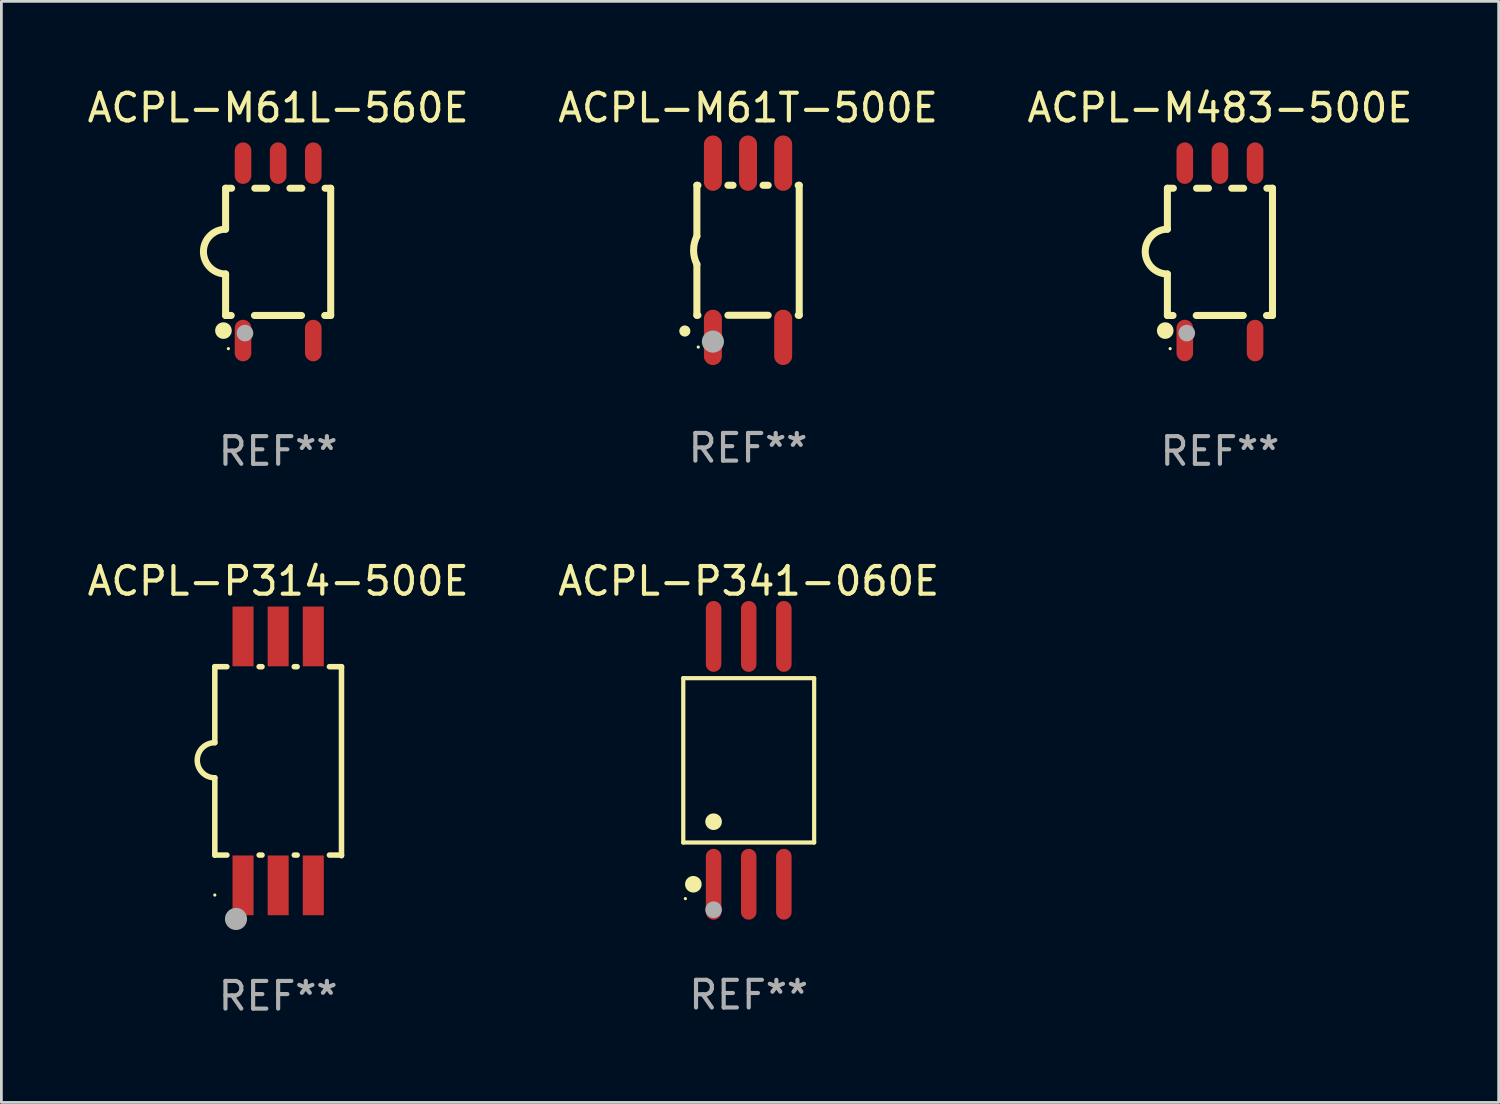
<source format=kicad_pcb>
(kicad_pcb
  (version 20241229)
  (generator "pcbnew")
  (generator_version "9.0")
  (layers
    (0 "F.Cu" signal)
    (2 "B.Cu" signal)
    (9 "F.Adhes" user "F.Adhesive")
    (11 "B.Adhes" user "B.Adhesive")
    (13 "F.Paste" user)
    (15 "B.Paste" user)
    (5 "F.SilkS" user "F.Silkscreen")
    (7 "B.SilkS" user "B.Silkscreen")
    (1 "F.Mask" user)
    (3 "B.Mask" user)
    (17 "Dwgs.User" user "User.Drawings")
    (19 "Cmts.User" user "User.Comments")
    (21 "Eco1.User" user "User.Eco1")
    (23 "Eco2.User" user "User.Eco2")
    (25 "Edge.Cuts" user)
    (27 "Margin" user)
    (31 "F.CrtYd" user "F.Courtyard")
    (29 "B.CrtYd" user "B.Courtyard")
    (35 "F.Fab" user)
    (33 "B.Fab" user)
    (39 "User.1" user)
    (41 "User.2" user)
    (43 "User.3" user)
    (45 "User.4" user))
  (footprint "ACPL-M483-500E"
    (layer "F.Cu")
    (at 41.054 6.055)
    (property "Reference" "ACPL-M483-500E" (at 0 -5.207 0) (layer "F.SilkS") (effects (font (size 1 1) (thickness 0.15))))
    (attr through_hole)
    (fp_line (start -1.9 -2.3) (end -1.9 -0.819) (stroke (width 0.254) (type solid)) (layer "F.SilkS"))
    (fp_line (start -1.9 -2.3) (end -1.683 -2.3) (stroke (width 0.254) (type solid)) (layer "F.SilkS"))
    (fp_line (start -1.9 0.801) (end -1.9 2.3) (stroke (width 0.254) (type solid)) (layer "F.SilkS"))
    (fp_line (start -1.9 2.3) (end -1.696 2.3) (stroke (width 0.254) (type solid)) (layer "F.SilkS"))
    (fp_line (start -0.857 2.3) (end 0.845 2.3) (stroke (width 0.254) (type solid)) (layer "F.SilkS"))
    (fp_line (start -0.845 -2.3) (end -0.413 -2.3) (stroke (width 0.254) (type solid)) (layer "F.SilkS"))
    (fp_line (start 0.425 -2.3) (end 0.857 -2.3) (stroke (width 0.254) (type solid)) (layer "F.SilkS"))
    (fp_line (start 1.683 2.3) (end 1.9 2.3) (stroke (width 0.254) (type solid)) (layer "F.SilkS"))
    (fp_line (start 1.696 -2.3) (end 1.9 -2.3) (stroke (width 0.254) (type solid)) (layer "F.SilkS"))
    (fp_line (start 1.9 -2.3) (end 1.9 2.3) (stroke (width 0.254) (type solid)) (layer "F.SilkS"))
    (fp_arc (start -1.9 0.801118) (mid -2.709805 -0.008801) (end -1.899924 -0.818644) (stroke (width 0.254001) (type solid)) (layer "F.SilkS"))
    (fp_circle (center -1.978 2.847) (end -1.828 2.847) (stroke (width 0.3) (type solid)) (fill no) (layer "F.SilkS"))
    (fp_circle (center -1.8 3.5) (end -1.77 3.5) (stroke (width 0.06) (type solid)) (fill no) (layer "F.SilkS"))
    (fp_circle (center -1.199 2.937) (end -1.049 2.937) (stroke (width 0.3) (type solid)) (fill no) (layer "F.Fab"))
    (fp_text user "REF**" (at 0 7.207 0) (layer "F.Fab") (effects (font (size 1 1) (thickness 0.15))))
    (pad "1" smd oval (at -1.27 3.206 90) (size 1.5 0.6) (layers "F.Cu" "F.Mask" "F.Paste"))
    (pad "3" smd oval (at 1.27 3.207 90) (size 1.5 0.6) (layers "F.Cu" "F.Mask" "F.Paste"))
    (pad "4" smd oval (at 1.27 -3.206 90) (size 1.5 0.6) (layers "F.Cu" "F.Mask" "F.Paste"))
    (pad "5" smd oval (at 0 -3.207 90) (size 1.5 0.6) (layers "F.Cu" "F.Mask" "F.Paste"))
    (pad "6" smd oval (at -1.27 -3.207 90) (size 1.5 0.6) (layers "F.Cu" "F.Mask" "F.Paste")))
  (footprint "ACPL-M61L-560E"
    (layer "F.Cu")
    (at 7.006 6.055)
    (property "Reference" "ACPL-M61L-560E" (at 0 -5.207 0) (layer "F.SilkS") (effects (font (size 1 1) (thickness 0.15))))
    (attr through_hole)
    (fp_line (start -1.9 -2.3) (end -1.9 -0.819) (stroke (width 0.254) (type solid)) (layer "F.SilkS"))
    (fp_line (start -1.9 -2.3) (end -1.683 -2.3) (stroke (width 0.254) (type solid)) (layer "F.SilkS"))
    (fp_line (start -1.9 0.801) (end -1.9 2.3) (stroke (width 0.254) (type solid)) (layer "F.SilkS"))
    (fp_line (start -1.9 2.3) (end -1.696 2.3) (stroke (width 0.254) (type solid)) (layer "F.SilkS"))
    (fp_line (start -0.857 2.3) (end 0.845 2.3) (stroke (width 0.254) (type solid)) (layer "F.SilkS"))
    (fp_line (start -0.845 -2.3) (end -0.413 -2.3) (stroke (width 0.254) (type solid)) (layer "F.SilkS"))
    (fp_line (start 0.425 -2.3) (end 0.857 -2.3) (stroke (width 0.254) (type solid)) (layer "F.SilkS"))
    (fp_line (start 1.683 2.3) (end 1.9 2.3) (stroke (width 0.254) (type solid)) (layer "F.SilkS"))
    (fp_line (start 1.696 -2.3) (end 1.9 -2.3) (stroke (width 0.254) (type solid)) (layer "F.SilkS"))
    (fp_line (start 1.9 -2.3) (end 1.9 2.3) (stroke (width 0.254) (type solid)) (layer "F.SilkS"))
    (fp_arc (start -1.9 0.801118) (mid -2.709805 -0.008801) (end -1.899924 -0.818644) (stroke (width 0.254001) (type solid)) (layer "F.SilkS"))
    (fp_circle (center -1.978 2.847) (end -1.828 2.847) (stroke (width 0.3) (type solid)) (fill no) (layer "F.SilkS"))
    (fp_circle (center -1.8 3.5) (end -1.77 3.5) (stroke (width 0.06) (type solid)) (fill no) (layer "F.SilkS"))
    (fp_circle (center -1.199 2.937) (end -1.049 2.937) (stroke (width 0.3) (type solid)) (fill no) (layer "F.Fab"))
    (fp_text user "REF**" (at 0 7.207 0) (layer "F.Fab") (effects (font (size 1 1) (thickness 0.15))))
    (pad "1" smd oval (at -1.27 3.206 90) (size 1.5 0.6) (layers "F.Cu" "F.Mask" "F.Paste"))
    (pad "3" smd oval (at 1.27 3.207 90) (size 1.5 0.6) (layers "F.Cu" "F.Mask" "F.Paste"))
    (pad "4" smd oval (at 1.27 -3.206 90) (size 1.5 0.6) (layers "F.Cu" "F.Mask" "F.Paste"))
    (pad "5" smd oval (at 0 -3.207 90) (size 1.5 0.6) (layers "F.Cu" "F.Mask" "F.Paste"))
    (pad "6" smd oval (at -1.27 -3.207 90) (size 1.5 0.6) (layers "F.Cu" "F.Mask" "F.Paste")))
  (footprint "ACPL-M61T-500E"
    (layer "F.Cu")
    (at 23.994 5.998)
    (property "Reference" "ACPL-M61T-500E" (at 0 -5.15 0) (layer "F.SilkS") (effects (font (size 1 1) (thickness 0.15))))
    (attr through_hole)
    (fp_line (start -1.85 -2.35) (end -1.85 -0.508) (stroke (width 0.254) (type solid)) (layer "F.SilkS"))
    (fp_line (start -1.85 -2.35) (end -1.812 -2.35) (stroke (width 0.254) (type solid)) (layer "F.SilkS"))
    (fp_line (start -1.85 2.35) (end -1.85 0.508) (stroke (width 0.254) (type solid)) (layer "F.SilkS"))
    (fp_line (start -1.812 2.35) (end -1.85 2.35) (stroke (width 0.254) (type solid)) (layer "F.SilkS"))
    (fp_line (start -0.728 -2.35) (end -0.542 -2.35) (stroke (width 0.254) (type solid)) (layer "F.SilkS"))
    (fp_line (start 0.542 -2.35) (end 0.728 -2.35) (stroke (width 0.254) (type solid)) (layer "F.SilkS"))
    (fp_line (start 0.728 2.35) (end -0.728 2.35) (stroke (width 0.254) (type solid)) (layer "F.SilkS"))
    (fp_line (start 1.812 -2.35) (end 1.85 -2.35) (stroke (width 0.254) (type solid)) (layer "F.SilkS"))
    (fp_line (start 1.85 -2.35) (end 1.85 2.35) (stroke (width 0.254) (type solid)) (layer "F.SilkS"))
    (fp_line (start 1.85 2.35) (end 1.812 2.35) (stroke (width 0.254) (type solid)) (layer "F.SilkS"))
    (fp_arc (start -2.286005 2.921006) (mid -2.28601 2.919736) (end -2.286005 2.918466) (stroke (width 0.4) (type solid)) (layer "F.SilkS"))
    (fp_arc (start -1.849123 0.507747) (mid -1.969311 -0.000025) (end -1.849987 -0.508001) (stroke (width 0.254001) (type solid)) (layer "F.SilkS"))
    (fp_circle (center -1.8 3.5) (end -1.77 3.5) (stroke (width 0.06) (type solid)) (fill no) (layer "F.SilkS"))
    (fp_circle (center -1.27 3.302) (end -1.07 3.302) (stroke (width 0.4) (type solid)) (fill no) (layer "F.Fab"))
    (fp_text user "REF**" (at 0 7.15 0) (layer "F.Fab") (effects (font (size 1 1) (thickness 0.15))))
    (pad "1" smd oval (at -1.27 3.15 180) (size 0.65 2) (layers "F.Cu" "F.Mask" "F.Paste"))
    (pad "3" smd oval (at 1.27 3.149 180) (size 0.65 2) (layers "F.Cu" "F.Mask" "F.Paste"))
    (pad "4" smd oval (at 1.27 -3.15 180) (size 0.65 2) (layers "F.Cu" "F.Mask" "F.Paste"))
    (pad "5" smd oval (at 0 -3.15 180) (size 0.65 2) (layers "F.Cu" "F.Mask" "F.Paste"))
    (pad "6" smd oval (at -1.27 -3.15 180) (size 0.65 2) (layers "F.Cu" "F.Mask" "F.Paste")))
  (footprint "ACPL-P314-500E"
    (layer "F.Cu")
    (at 7.006 24.458)
    (property "Reference" "ACPL-P314-500E" (at 0 -6.5 0) (layer "F.SilkS") (effects (font (size 1 1) (thickness 0.15))))
    (attr through_hole)
    (fp_line (start -2.29 -3.405) (end -1.854 -3.405) (stroke (width 0.2) (type solid)) (layer "F.SilkS"))
    (fp_line (start -2.29 -0.659) (end -2.29 -3.405) (stroke (width 0.2) (type solid)) (layer "F.SilkS"))
    (fp_line (start -2.29 0.611) (end -2.29 3.405) (stroke (width 0.2) (type solid)) (layer "F.SilkS"))
    (fp_line (start -2.29 3.405) (end -1.853 3.405) (stroke (width 0.2) (type solid)) (layer "F.SilkS"))
    (fp_line (start -0.687 -3.405) (end -0.584 -3.405) (stroke (width 0.2) (type solid)) (layer "F.SilkS"))
    (fp_line (start -0.686 3.405) (end -0.583 3.405) (stroke (width 0.2) (type solid)) (layer "F.SilkS"))
    (fp_line (start 0.583 -3.405) (end 0.686 -3.405) (stroke (width 0.2) (type solid)) (layer "F.SilkS"))
    (fp_line (start 0.584 3.405) (end 0.687 3.405) (stroke (width 0.2) (type solid)) (layer "F.SilkS"))
    (fp_line (start 1.853 -3.405) (end 2.29 -3.405) (stroke (width 0.2) (type solid)) (layer "F.SilkS"))
    (fp_line (start 1.854 3.405) (end 2.29 3.405) (stroke (width 0.2) (type solid)) (layer "F.SilkS"))
    (fp_line (start 2.29 -3.405) (end 2.29 3.429) (stroke (width 0.2) (type solid)) (layer "F.SilkS"))
    (fp_arc (start -2.289916 0.611125) (mid -2.924917 -0.023876) (end -2.289916 -0.658877) (stroke (width 0.199898) (type solid)) (layer "F.SilkS"))
    (fp_circle (center -2.29 4.85) (end -2.26 4.85) (stroke (width 0.06) (type solid)) (fill no) (layer "F.SilkS"))
    (fp_circle (center -1.524 5.715) (end -1.324 5.715) (stroke (width 0.4) (type solid)) (fill no) (layer "F.Fab"))
    (fp_text user "REF**" (at 0 8.5 0) (layer "F.Fab") (effects (font (size 1 1) (thickness 0.15))))
    (pad "1" smd rect (at -1.27 4.5 90) (size 2.16 0.76) (layers "F.Cu" "F.Mask" "F.Paste"))
    (pad "2" smd rect (at 0.000152 4.5 90) (size 2.16 0.76) (layers "F.Cu" "F.Mask" "F.Paste"))
    (pad "3" smd rect (at 1.27 4.5 90) (size 2.16 0.76) (layers "F.Cu" "F.Mask" "F.Paste"))
    (pad "4" smd rect (at 1.27 -4.5 90) (size 2.16 0.76) (layers "F.Cu" "F.Mask" "F.Paste"))
    (pad "5" smd rect (at 0.000152 -4.5 90) (size 2.16 0.76) (layers "F.Cu" "F.Mask" "F.Paste"))
    (pad "6" smd rect (at -1.27 -4.5 90) (size 2.16 0.76) (layers "F.Cu" "F.Mask" "F.Paste")))
  (footprint "ACPL-P341-060E"
    (layer "F.Cu")
    (at 24.018 24.438)
    (property "Reference" "ACPL-P341-060E" (at 0 -6.48 0) (layer "F.SilkS") (effects (font (size 1 1) (thickness 0.15))))
    (attr through_hole)
    (fp_line (start -2.366 -2.971) (end 2.366 -2.971) (stroke (width 0.152) (type solid)) (layer "F.SilkS"))
    (fp_line (start -2.366 2.971) (end -2.366 -2.971) (stroke (width 0.152) (type solid)) (layer "F.SilkS"))
    (fp_line (start 2.366 -2.971) (end 2.366 2.971) (stroke (width 0.152) (type solid)) (layer "F.SilkS"))
    (fp_line (start 2.366 2.971) (end -2.366 2.971) (stroke (width 0.152) (type solid)) (layer "F.SilkS"))
    (fp_circle (center -2.29 5) (end -2.26 5) (stroke (width 0.06) (type solid)) (fill no) (layer "F.SilkS"))
    (fp_circle (center -2.002 4.48) (end -1.852 4.48) (stroke (width 0.3) (type solid)) (fill no) (layer "F.SilkS"))
    (fp_circle (center -1.27 2.219) (end -1.12 2.219) (stroke (width 0.3) (type solid)) (fill no) (layer "F.SilkS"))
    (fp_circle (center -1.27 5.4) (end -1.12 5.4) (stroke (width 0.3) (type solid)) (fill no) (layer "F.Fab"))
    (fp_text user "REF**" (at 0 8.48 0) (layer "F.Fab") (effects (font (size 1 1) (thickness 0.15))))
    (pad "1" smd oval (at -1.27 4.48) (size 0.56 2.56) (layers "F.Cu" "F.Mask" "F.Paste"))
    (pad "2" smd oval (at 0 4.48) (size 0.56 2.56) (layers "F.Cu" "F.Mask" "F.Paste"))
    (pad "3" smd oval (at 1.27 4.48) (size 0.56 2.56) (layers "F.Cu" "F.Mask" "F.Paste"))
    (pad "4" smd oval (at 1.27 -4.48) (size 0.56 2.56) (layers "F.Cu" "F.Mask" "F.Paste"))
    (pad "5" smd oval (at 0 -4.48) (size 0.56 2.56) (layers "F.Cu" "F.Mask" "F.Paste"))
    (pad "6" smd oval (at -1.27 -4.48) (size 0.56 2.56) (layers "F.Cu" "F.Mask" "F.Paste")))
  (gr_rect
    (start -3 -3)
    (end 51.131 36.806)
    (stroke (width 0.1) (type default))
    (fill no)
    (layer "Edge.Cuts")))
</source>
